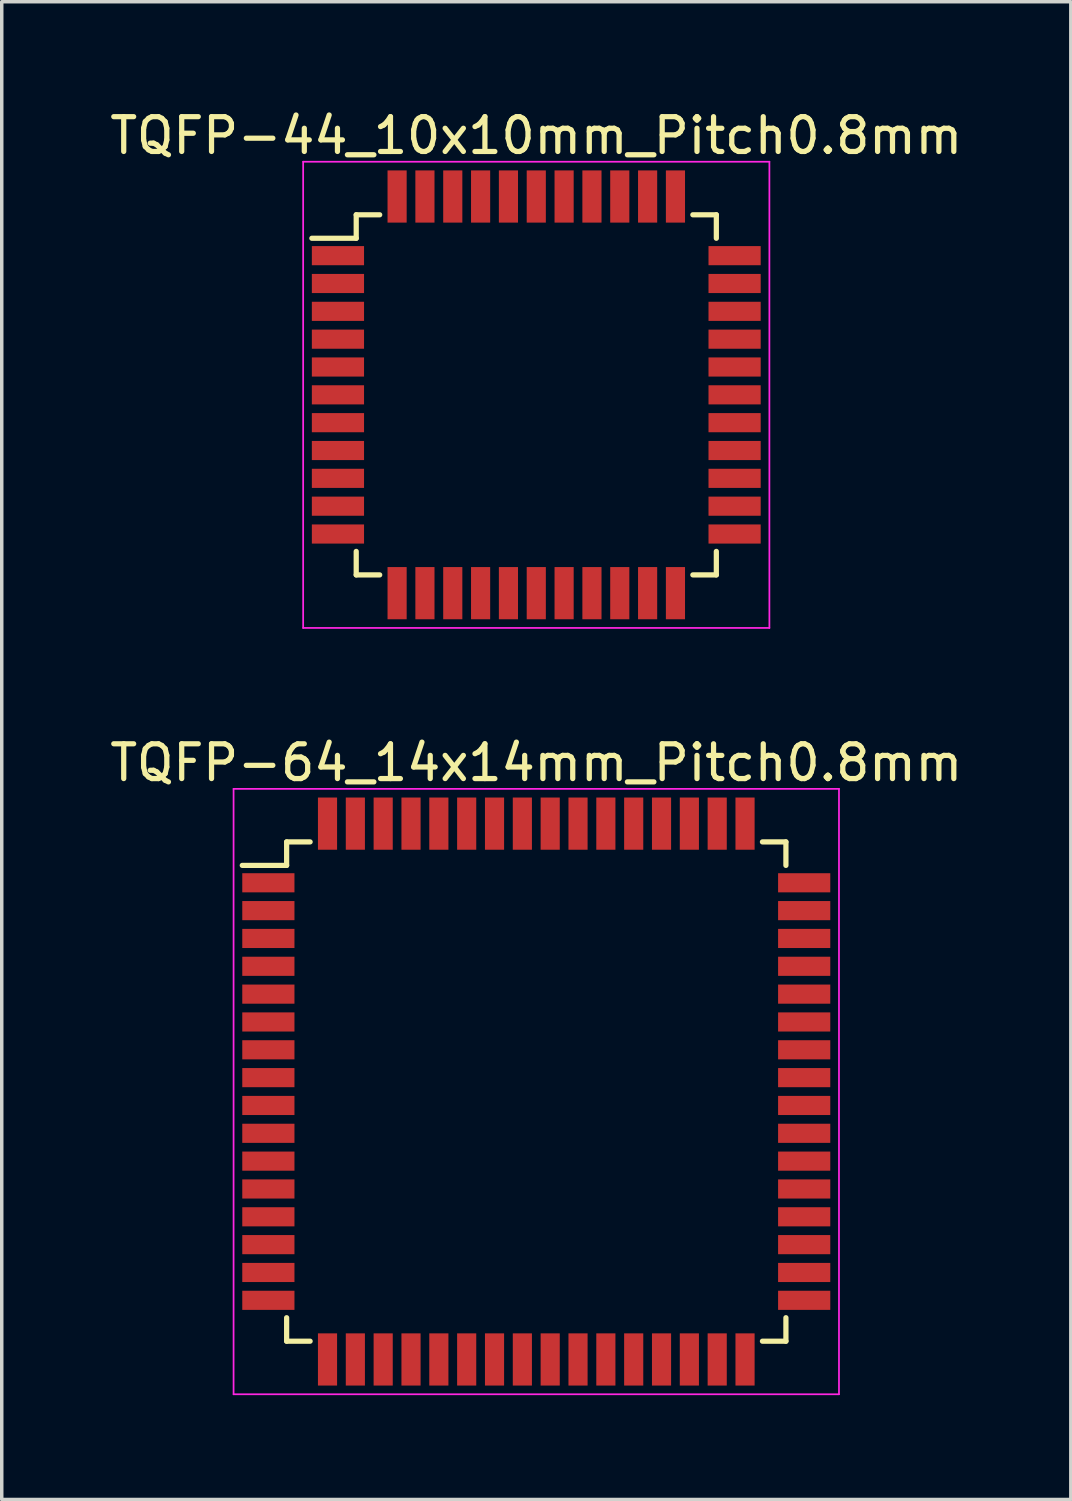
<source format=kicad_pcb>
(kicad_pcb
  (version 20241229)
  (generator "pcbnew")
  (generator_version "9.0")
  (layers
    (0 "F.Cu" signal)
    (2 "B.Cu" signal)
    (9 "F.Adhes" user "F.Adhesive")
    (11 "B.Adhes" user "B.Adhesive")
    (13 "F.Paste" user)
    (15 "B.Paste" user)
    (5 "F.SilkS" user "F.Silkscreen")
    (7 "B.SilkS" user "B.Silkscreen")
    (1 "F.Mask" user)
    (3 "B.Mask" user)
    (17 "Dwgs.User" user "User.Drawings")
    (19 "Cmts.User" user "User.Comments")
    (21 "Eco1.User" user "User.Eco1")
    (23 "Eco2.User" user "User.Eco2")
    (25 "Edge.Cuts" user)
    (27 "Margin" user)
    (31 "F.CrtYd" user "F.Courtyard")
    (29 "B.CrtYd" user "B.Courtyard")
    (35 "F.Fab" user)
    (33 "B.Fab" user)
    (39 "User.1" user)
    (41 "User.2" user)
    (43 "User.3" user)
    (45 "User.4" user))
  (footprint "TQFP-44_10x10mm_Pitch0.8mm"
    (layer "F.Cu")
    (at 12.363 8.298)
    (property "Reference" "TQFP-44_10x10mm_Pitch0.8mm" (at 0 -7.45 0) (layer "F.SilkS") (effects (font (size 1 1) (thickness 0.15))))
    (attr smd)
    (fp_line (start -5.175 -5.175) (end -5.175 -4.5) (stroke (width 0.15) (type solid)) (layer "F.SilkS"))
    (fp_line (start -5.175 -5.175) (end -4.5 -5.175) (stroke (width 0.15) (type solid)) (layer "F.SilkS"))
    (fp_line (start -5.175 -4.5) (end -6.45 -4.5) (stroke (width 0.15) (type solid)) (layer "F.SilkS"))
    (fp_line (start -5.175 5.175) (end -5.175 4.5) (stroke (width 0.15) (type solid)) (layer "F.SilkS"))
    (fp_line (start -5.175 5.175) (end -4.5 5.175) (stroke (width 0.15) (type solid)) (layer "F.SilkS"))
    (fp_line (start 5.175 -5.175) (end 4.5 -5.175) (stroke (width 0.15) (type solid)) (layer "F.SilkS"))
    (fp_line (start 5.175 -5.175) (end 5.175 -4.5) (stroke (width 0.15) (type solid)) (layer "F.SilkS"))
    (fp_line (start 5.175 5.175) (end 4.5 5.175) (stroke (width 0.15) (type solid)) (layer "F.SilkS"))
    (fp_line (start 5.175 5.175) (end 5.175 4.5) (stroke (width 0.15) (type solid)) (layer "F.SilkS"))
    (fp_line (start -6.7 -6.7) (end -6.7 6.7) (stroke (width 0.05) (type solid)) (layer "F.CrtYd"))
    (fp_line (start -6.7 -6.7) (end 6.7 -6.7) (stroke (width 0.05) (type solid)) (layer "F.CrtYd"))
    (fp_line (start -6.7 6.7) (end 6.7 6.7) (stroke (width 0.05) (type solid)) (layer "F.CrtYd"))
    (fp_line (start 6.7 -6.7) (end 6.7 6.7) (stroke (width 0.05) (type solid)) (layer "F.CrtYd"))
    (pad "1" smd rect (at -5.7 -4) (size 1.5 0.55) (layers "F.Cu" "F.Mask" "F.Paste"))
    (pad "2" smd rect (at -5.7 -3.2) (size 1.5 0.55) (layers "F.Cu" "F.Mask" "F.Paste"))
    (pad "3" smd rect (at -5.7 -2.4) (size 1.5 0.55) (layers "F.Cu" "F.Mask" "F.Paste"))
    (pad "4" smd rect (at -5.7 -1.6) (size 1.5 0.55) (layers "F.Cu" "F.Mask" "F.Paste"))
    (pad "5" smd rect (at -5.7 -0.8) (size 1.5 0.55) (layers "F.Cu" "F.Mask" "F.Paste"))
    (pad "6" smd rect (at -5.7 0) (size 1.5 0.55) (layers "F.Cu" "F.Mask" "F.Paste"))
    (pad "7" smd rect (at -5.7 0.8) (size 1.5 0.55) (layers "F.Cu" "F.Mask" "F.Paste"))
    (pad "8" smd rect (at -5.7 1.6) (size 1.5 0.55) (layers "F.Cu" "F.Mask" "F.Paste"))
    (pad "9" smd rect (at -5.7 2.4) (size 1.5 0.55) (layers "F.Cu" "F.Mask" "F.Paste"))
    (pad "10" smd rect (at -5.7 3.2) (size 1.5 0.55) (layers "F.Cu" "F.Mask" "F.Paste"))
    (pad "11" smd rect (at -5.7 4) (size 1.5 0.55) (layers "F.Cu" "F.Mask" "F.Paste"))
    (pad "12" smd rect (at -4 5.7 90) (size 1.5 0.55) (layers "F.Cu" "F.Mask" "F.Paste"))
    (pad "13" smd rect (at -3.2 5.7 90) (size 1.5 0.55) (layers "F.Cu" "F.Mask" "F.Paste"))
    (pad "14" smd rect (at -2.4 5.7 90) (size 1.5 0.55) (layers "F.Cu" "F.Mask" "F.Paste"))
    (pad "15" smd rect (at -1.6 5.7 90) (size 1.5 0.55) (layers "F.Cu" "F.Mask" "F.Paste"))
    (pad "16" smd rect (at -0.8 5.7 90) (size 1.5 0.55) (layers "F.Cu" "F.Mask" "F.Paste"))
    (pad "17" smd rect (at 0 5.7 90) (size 1.5 0.55) (layers "F.Cu" "F.Mask" "F.Paste"))
    (pad "18" smd rect (at 0.8 5.7 90) (size 1.5 0.55) (layers "F.Cu" "F.Mask" "F.Paste"))
    (pad "19" smd rect (at 1.6 5.7 90) (size 1.5 0.55) (layers "F.Cu" "F.Mask" "F.Paste"))
    (pad "20" smd rect (at 2.4 5.7 90) (size 1.5 0.55) (layers "F.Cu" "F.Mask" "F.Paste"))
    (pad "21" smd rect (at 3.2 5.7 90) (size 1.5 0.55) (layers "F.Cu" "F.Mask" "F.Paste"))
    (pad "22" smd rect (at 4 5.7 90) (size 1.5 0.55) (layers "F.Cu" "F.Mask" "F.Paste"))
    (pad "23" smd rect (at 5.7 4) (size 1.5 0.55) (layers "F.Cu" "F.Mask" "F.Paste"))
    (pad "24" smd rect (at 5.7 3.2) (size 1.5 0.55) (layers "F.Cu" "F.Mask" "F.Paste"))
    (pad "25" smd rect (at 5.7 2.4) (size 1.5 0.55) (layers "F.Cu" "F.Mask" "F.Paste"))
    (pad "26" smd rect (at 5.7 1.6) (size 1.5 0.55) (layers "F.Cu" "F.Mask" "F.Paste"))
    (pad "27" smd rect (at 5.7 0.8) (size 1.5 0.55) (layers "F.Cu" "F.Mask" "F.Paste"))
    (pad "28" smd rect (at 5.7 0) (size 1.5 0.55) (layers "F.Cu" "F.Mask" "F.Paste"))
    (pad "29" smd rect (at 5.7 -0.8) (size 1.5 0.55) (layers "F.Cu" "F.Mask" "F.Paste"))
    (pad "30" smd rect (at 5.7 -1.6) (size 1.5 0.55) (layers "F.Cu" "F.Mask" "F.Paste"))
    (pad "31" smd rect (at 5.7 -2.4) (size 1.5 0.55) (layers "F.Cu" "F.Mask" "F.Paste"))
    (pad "32" smd rect (at 5.7 -3.2) (size 1.5 0.55) (layers "F.Cu" "F.Mask" "F.Paste"))
    (pad "33" smd rect (at 5.7 -4) (size 1.5 0.55) (layers "F.Cu" "F.Mask" "F.Paste"))
    (pad "34" smd rect (at 4 -5.7 90) (size 1.5 0.55) (layers "F.Cu" "F.Mask" "F.Paste"))
    (pad "35" smd rect (at 3.2 -5.7 90) (size 1.5 0.55) (layers "F.Cu" "F.Mask" "F.Paste"))
    (pad "36" smd rect (at 2.4 -5.7 90) (size 1.5 0.55) (layers "F.Cu" "F.Mask" "F.Paste"))
    (pad "37" smd rect (at 1.6 -5.7 90) (size 1.5 0.55) (layers "F.Cu" "F.Mask" "F.Paste"))
    (pad "38" smd rect (at 0.8 -5.7 90) (size 1.5 0.55) (layers "F.Cu" "F.Mask" "F.Paste"))
    (pad "39" smd rect (at 0 -5.7 90) (size 1.5 0.55) (layers "F.Cu" "F.Mask" "F.Paste"))
    (pad "40" smd rect (at -0.8 -5.7 90) (size 1.5 0.55) (layers "F.Cu" "F.Mask" "F.Paste"))
    (pad "41" smd rect (at -1.6 -5.7 90) (size 1.5 0.55) (layers "F.Cu" "F.Mask" "F.Paste"))
    (pad "42" smd rect (at -2.4 -5.7 90) (size 1.5 0.55) (layers "F.Cu" "F.Mask" "F.Paste"))
    (pad "43" smd rect (at -3.2 -5.7 90) (size 1.5 0.55) (layers "F.Cu" "F.Mask" "F.Paste"))
    (pad "44" smd rect (at -4 -5.7 90) (size 1.5 0.55) (layers "F.Cu" "F.Mask" "F.Paste")))
  (footprint "TQFP-64_14x14mm_Pitch0.8mm"
    (layer "F.Cu")
    (at 12.363 28.322)
    (property "Reference" "TQFP-64_14x14mm_Pitch0.8mm" (at 0 -9.45 0) (layer "F.SilkS") (effects (font (size 1 1) (thickness 0.15))))
    (attr smd)
    (fp_line (start -7.175 -7.175) (end -7.175 -6.5) (stroke (width 0.15) (type solid)) (layer "F.SilkS"))
    (fp_line (start -7.175 -7.175) (end -6.5 -7.175) (stroke (width 0.15) (type solid)) (layer "F.SilkS"))
    (fp_line (start -7.175 -6.5) (end -8.45 -6.5) (stroke (width 0.15) (type solid)) (layer "F.SilkS"))
    (fp_line (start -7.175 7.175) (end -7.175 6.5) (stroke (width 0.15) (type solid)) (layer "F.SilkS"))
    (fp_line (start -7.175 7.175) (end -6.5 7.175) (stroke (width 0.15) (type solid)) (layer "F.SilkS"))
    (fp_line (start 7.175 -7.175) (end 6.5 -7.175) (stroke (width 0.15) (type solid)) (layer "F.SilkS"))
    (fp_line (start 7.175 -7.175) (end 7.175 -6.5) (stroke (width 0.15) (type solid)) (layer "F.SilkS"))
    (fp_line (start 7.175 7.175) (end 6.5 7.175) (stroke (width 0.15) (type solid)) (layer "F.SilkS"))
    (fp_line (start 7.175 7.175) (end 7.175 6.5) (stroke (width 0.15) (type solid)) (layer "F.SilkS"))
    (fp_line (start -8.7 -8.7) (end -8.7 8.7) (stroke (width 0.05) (type solid)) (layer "F.CrtYd"))
    (fp_line (start -8.7 -8.7) (end 8.7 -8.7) (stroke (width 0.05) (type solid)) (layer "F.CrtYd"))
    (fp_line (start -8.7 8.7) (end 8.7 8.7) (stroke (width 0.05) (type solid)) (layer "F.CrtYd"))
    (fp_line (start 8.7 -8.7) (end 8.7 8.7) (stroke (width 0.05) (type solid)) (layer "F.CrtYd"))
    (pad "1" smd rect (at -7.7 -6) (size 1.5 0.55) (layers "F.Cu" "F.Mask" "F.Paste"))
    (pad "2" smd rect (at -7.7 -5.2) (size 1.5 0.55) (layers "F.Cu" "F.Mask" "F.Paste"))
    (pad "3" smd rect (at -7.7 -4.4) (size 1.5 0.55) (layers "F.Cu" "F.Mask" "F.Paste"))
    (pad "4" smd rect (at -7.7 -3.6) (size 1.5 0.55) (layers "F.Cu" "F.Mask" "F.Paste"))
    (pad "5" smd rect (at -7.7 -2.8) (size 1.5 0.55) (layers "F.Cu" "F.Mask" "F.Paste"))
    (pad "6" smd rect (at -7.7 -2) (size 1.5 0.55) (layers "F.Cu" "F.Mask" "F.Paste"))
    (pad "7" smd rect (at -7.7 -1.2) (size 1.5 0.55) (layers "F.Cu" "F.Mask" "F.Paste"))
    (pad "8" smd rect (at -7.7 -0.4) (size 1.5 0.55) (layers "F.Cu" "F.Mask" "F.Paste"))
    (pad "9" smd rect (at -7.7 0.4) (size 1.5 0.55) (layers "F.Cu" "F.Mask" "F.Paste"))
    (pad "10" smd rect (at -7.7 1.2) (size 1.5 0.55) (layers "F.Cu" "F.Mask" "F.Paste"))
    (pad "11" smd rect (at -7.7 2) (size 1.5 0.55) (layers "F.Cu" "F.Mask" "F.Paste"))
    (pad "12" smd rect (at -7.7 2.8) (size 1.5 0.55) (layers "F.Cu" "F.Mask" "F.Paste"))
    (pad "13" smd rect (at -7.7 3.6) (size 1.5 0.55) (layers "F.Cu" "F.Mask" "F.Paste"))
    (pad "14" smd rect (at -7.7 4.4) (size 1.5 0.55) (layers "F.Cu" "F.Mask" "F.Paste"))
    (pad "15" smd rect (at -7.7 5.2) (size 1.5 0.55) (layers "F.Cu" "F.Mask" "F.Paste"))
    (pad "16" smd rect (at -7.7 6) (size 1.5 0.55) (layers "F.Cu" "F.Mask" "F.Paste"))
    (pad "17" smd rect (at -6 7.7 90) (size 1.5 0.55) (layers "F.Cu" "F.Mask" "F.Paste"))
    (pad "18" smd rect (at -5.2 7.7 90) (size 1.5 0.55) (layers "F.Cu" "F.Mask" "F.Paste"))
    (pad "19" smd rect (at -4.4 7.7 90) (size 1.5 0.55) (layers "F.Cu" "F.Mask" "F.Paste"))
    (pad "20" smd rect (at -3.6 7.7 90) (size 1.5 0.55) (layers "F.Cu" "F.Mask" "F.Paste"))
    (pad "21" smd rect (at -2.8 7.7 90) (size 1.5 0.55) (layers "F.Cu" "F.Mask" "F.Paste"))
    (pad "22" smd rect (at -2 7.7 90) (size 1.5 0.55) (layers "F.Cu" "F.Mask" "F.Paste"))
    (pad "23" smd rect (at -1.2 7.7 90) (size 1.5 0.55) (layers "F.Cu" "F.Mask" "F.Paste"))
    (pad "24" smd rect (at -0.4 7.7 90) (size 1.5 0.55) (layers "F.Cu" "F.Mask" "F.Paste"))
    (pad "25" smd rect (at 0.4 7.7 90) (size 1.5 0.55) (layers "F.Cu" "F.Mask" "F.Paste"))
    (pad "26" smd rect (at 1.2 7.7 90) (size 1.5 0.55) (layers "F.Cu" "F.Mask" "F.Paste"))
    (pad "27" smd rect (at 2 7.7 90) (size 1.5 0.55) (layers "F.Cu" "F.Mask" "F.Paste"))
    (pad "28" smd rect (at 2.8 7.7 90) (size 1.5 0.55) (layers "F.Cu" "F.Mask" "F.Paste"))
    (pad "29" smd rect (at 3.6 7.7 90) (size 1.5 0.55) (layers "F.Cu" "F.Mask" "F.Paste"))
    (pad "30" smd rect (at 4.4 7.7 90) (size 1.5 0.55) (layers "F.Cu" "F.Mask" "F.Paste"))
    (pad "31" smd rect (at 5.2 7.7 90) (size 1.5 0.55) (layers "F.Cu" "F.Mask" "F.Paste"))
    (pad "32" smd rect (at 6 7.7 90) (size 1.5 0.55) (layers "F.Cu" "F.Mask" "F.Paste"))
    (pad "33" smd rect (at 7.7 6) (size 1.5 0.55) (layers "F.Cu" "F.Mask" "F.Paste"))
    (pad "34" smd rect (at 7.7 5.2) (size 1.5 0.55) (layers "F.Cu" "F.Mask" "F.Paste"))
    (pad "35" smd rect (at 7.7 4.4) (size 1.5 0.55) (layers "F.Cu" "F.Mask" "F.Paste"))
    (pad "36" smd rect (at 7.7 3.6) (size 1.5 0.55) (layers "F.Cu" "F.Mask" "F.Paste"))
    (pad "37" smd rect (at 7.7 2.8) (size 1.5 0.55) (layers "F.Cu" "F.Mask" "F.Paste"))
    (pad "38" smd rect (at 7.7 2) (size 1.5 0.55) (layers "F.Cu" "F.Mask" "F.Paste"))
    (pad "39" smd rect (at 7.7 1.2) (size 1.5 0.55) (layers "F.Cu" "F.Mask" "F.Paste"))
    (pad "40" smd rect (at 7.7 0.4) (size 1.5 0.55) (layers "F.Cu" "F.Mask" "F.Paste"))
    (pad "41" smd rect (at 7.7 -0.4) (size 1.5 0.55) (layers "F.Cu" "F.Mask" "F.Paste"))
    (pad "42" smd rect (at 7.7 -1.2) (size 1.5 0.55) (layers "F.Cu" "F.Mask" "F.Paste"))
    (pad "43" smd rect (at 7.7 -2) (size 1.5 0.55) (layers "F.Cu" "F.Mask" "F.Paste"))
    (pad "44" smd rect (at 7.7 -2.8) (size 1.5 0.55) (layers "F.Cu" "F.Mask" "F.Paste"))
    (pad "45" smd rect (at 7.7 -3.6) (size 1.5 0.55) (layers "F.Cu" "F.Mask" "F.Paste"))
    (pad "46" smd rect (at 7.7 -4.4) (size 1.5 0.55) (layers "F.Cu" "F.Mask" "F.Paste"))
    (pad "47" smd rect (at 7.7 -5.2) (size 1.5 0.55) (layers "F.Cu" "F.Mask" "F.Paste"))
    (pad "48" smd rect (at 7.7 -6) (size 1.5 0.55) (layers "F.Cu" "F.Mask" "F.Paste"))
    (pad "49" smd rect (at 6 -7.7 90) (size 1.5 0.55) (layers "F.Cu" "F.Mask" "F.Paste"))
    (pad "50" smd rect (at 5.2 -7.7 90) (size 1.5 0.55) (layers "F.Cu" "F.Mask" "F.Paste"))
    (pad "51" smd rect (at 4.4 -7.7 90) (size 1.5 0.55) (layers "F.Cu" "F.Mask" "F.Paste"))
    (pad "52" smd rect (at 3.6 -7.7 90) (size 1.5 0.55) (layers "F.Cu" "F.Mask" "F.Paste"))
    (pad "53" smd rect (at 2.8 -7.7 90) (size 1.5 0.55) (layers "F.Cu" "F.Mask" "F.Paste"))
    (pad "54" smd rect (at 2 -7.7 90) (size 1.5 0.55) (layers "F.Cu" "F.Mask" "F.Paste"))
    (pad "55" smd rect (at 1.2 -7.7 90) (size 1.5 0.55) (layers "F.Cu" "F.Mask" "F.Paste"))
    (pad "56" smd rect (at 0.4 -7.7 90) (size 1.5 0.55) (layers "F.Cu" "F.Mask" "F.Paste"))
    (pad "57" smd rect (at -0.4 -7.7 90) (size 1.5 0.55) (layers "F.Cu" "F.Mask" "F.Paste"))
    (pad "58" smd rect (at -1.2 -7.7 90) (size 1.5 0.55) (layers "F.Cu" "F.Mask" "F.Paste"))
    (pad "59" smd rect (at -2 -7.7 90) (size 1.5 0.55) (layers "F.Cu" "F.Mask" "F.Paste"))
    (pad "60" smd rect (at -2.8 -7.7 90) (size 1.5 0.55) (layers "F.Cu" "F.Mask" "F.Paste"))
    (pad "61" smd rect (at -3.6 -7.7 90) (size 1.5 0.55) (layers "F.Cu" "F.Mask" "F.Paste"))
    (pad "62" smd rect (at -4.4 -7.7 90) (size 1.5 0.55) (layers "F.Cu" "F.Mask" "F.Paste"))
    (pad "63" smd rect (at -5.2 -7.7 90) (size 1.5 0.55) (layers "F.Cu" "F.Mask" "F.Paste"))
    (pad "64" smd rect (at -6 -7.7 90) (size 1.5 0.55) (layers "F.Cu" "F.Mask" "F.Paste")))
  (gr_rect
    (start -3 -3)
    (end 27.726 40.047)
    (stroke (width 0.1) (type default))
    (fill no)
    (layer "Edge.Cuts")))
</source>
